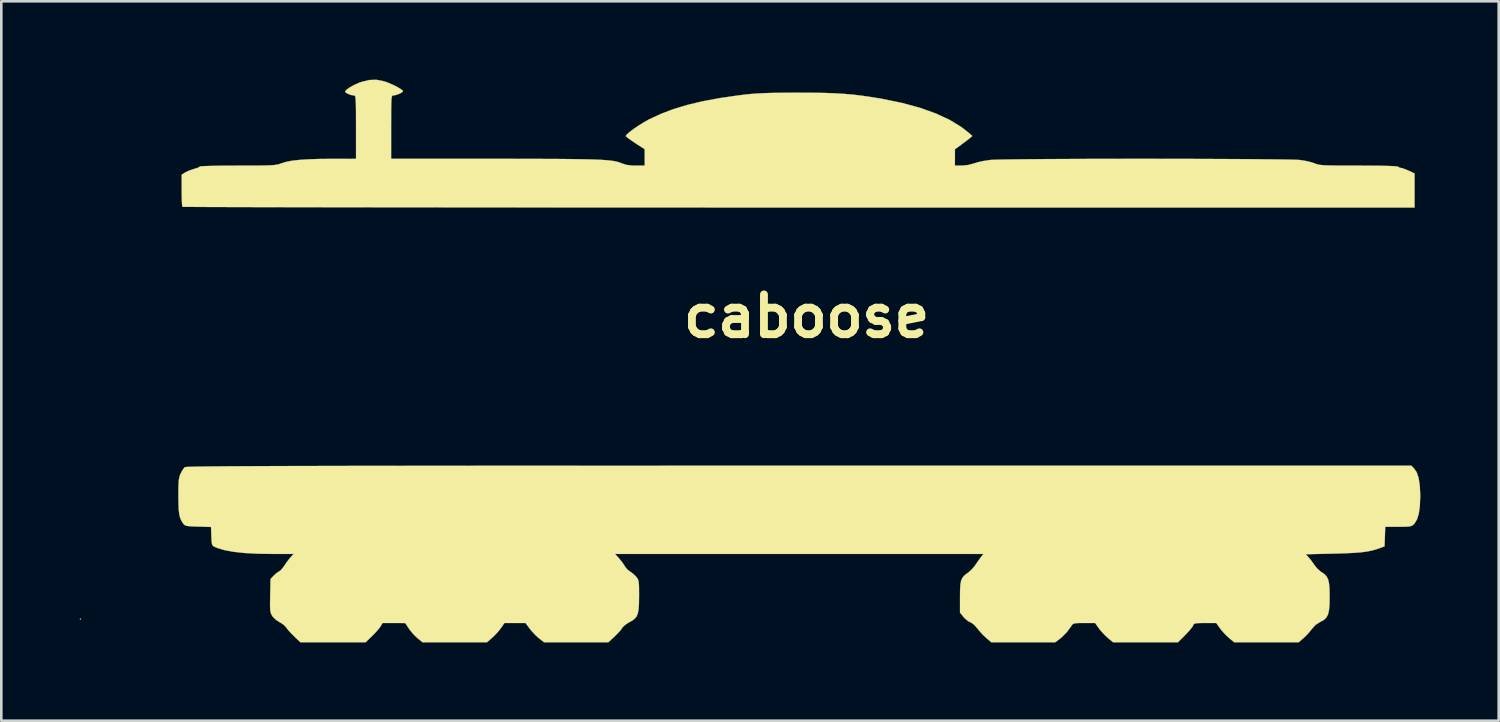
<source format=kicad_pcb>
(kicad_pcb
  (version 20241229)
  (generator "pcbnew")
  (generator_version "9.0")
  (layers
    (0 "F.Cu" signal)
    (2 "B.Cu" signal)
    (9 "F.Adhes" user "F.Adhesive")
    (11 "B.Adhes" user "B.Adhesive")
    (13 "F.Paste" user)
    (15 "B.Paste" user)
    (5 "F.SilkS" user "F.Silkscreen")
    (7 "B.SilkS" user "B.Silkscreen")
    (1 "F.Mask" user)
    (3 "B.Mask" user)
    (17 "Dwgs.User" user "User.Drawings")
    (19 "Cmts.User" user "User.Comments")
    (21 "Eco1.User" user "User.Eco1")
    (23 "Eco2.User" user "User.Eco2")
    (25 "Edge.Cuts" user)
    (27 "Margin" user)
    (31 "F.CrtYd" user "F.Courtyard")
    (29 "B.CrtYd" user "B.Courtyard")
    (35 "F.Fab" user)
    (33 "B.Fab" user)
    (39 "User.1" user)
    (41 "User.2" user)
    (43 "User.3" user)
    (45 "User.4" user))
  (footprint "caboose"
    (layer "F.Cu")
    (at 27.832 9.056)
    (property "Reference" "caboose" (at 0 0 0) (layer "F.SilkS") (effects (font (size 1.524 1.524) (thickness 0.3))))
    (attr through_hole)
    (fp_poly (pts (xy -27.784 11.595) (xy -27.806 11.616) (xy -27.827 11.595) (xy -27.806 11.573) (xy -27.784 11.595)) (stroke (width 0.01) (type solid)) (fill yes) (layer "F.SilkS"))
    (fp_poly (pts (xy -16.181 -8.995) (xy -16.165 -8.99) (xy -16.016 -8.937) (xy -15.849 -8.864) (xy -15.686 -8.783) (xy -15.551 -8.704) (xy -15.465 -8.641) (xy -15.452 -8.624) (xy -15.471 -8.586) (xy -15.548 -8.538) (xy -15.654 -8.492) (xy -15.764 -8.46) (xy -15.826 -8.452) (xy -15.85 -8.448) (xy -15.869 -8.431) (xy -15.883 -8.39) (xy -15.893 -8.317) (xy -15.9 -8.202) (xy -15.904 -8.035) (xy -15.907 -7.807) (xy -15.907 -7.509) (xy -15.908 -7.239) (xy -15.908 -6.025) (xy -11.951 -6.025) (xy -11.223 -6.025) (xy -10.576 -6.024) (xy -10.005 -6.022) (xy -9.505 -6.02) (xy -9.07 -6.016) (xy -8.695 -6.011) (xy -8.374 -6.005) (xy -8.103 -5.997) (xy -7.876 -5.987) (xy -7.687 -5.974) (xy -7.531 -5.96) (xy -7.404 -5.943) (xy -7.298 -5.923) (xy -7.21 -5.901) (xy -7.134 -5.875) (xy -7.071 -5.849) (xy -6.899 -5.794) (xy -6.686 -5.768) (xy -6.54 -5.765) (xy -6.198 -5.765) (xy -6.2 -6.393) (xy -6.567 -6.632) (xy -6.719 -6.735) (xy -6.839 -6.822) (xy -6.91 -6.882) (xy -6.924 -6.902) (xy -6.875 -6.966) (xy -6.766 -7.061) (xy -6.613 -7.175) (xy -6.433 -7.298) (xy -6.241 -7.418) (xy -6.054 -7.523) (xy -6.025 -7.539) (xy -5.578 -7.746) (xy -5.095 -7.929) (xy -4.565 -8.089) (xy -3.98 -8.228) (xy -3.33 -8.349) (xy -2.607 -8.454) (xy -2.384 -8.482) (xy -2.161 -8.505) (xy -1.924 -8.524) (xy -1.659 -8.538) (xy -1.353 -8.548) (xy -0.995 -8.554) (xy -0.569 -8.557) (xy -0.303 -8.557) (xy 0.22 -8.555) (xy 0.673 -8.548) (xy 1.073 -8.534) (xy 1.438 -8.512) (xy 1.783 -8.482) (xy 2.125 -8.441) (xy 2.482 -8.389) (xy 2.87 -8.325) (xy 2.904 -8.319) (xy 3.658 -8.164) (xy 4.339 -7.979) (xy 4.944 -7.763) (xy 5.473 -7.518) (xy 5.923 -7.244) (xy 6.197 -7.03) (xy 6.346 -6.899) (xy 6.24 -6.81) (xy 6.147 -6.737) (xy 6.016 -6.638) (xy 5.907 -6.558) (xy 5.68 -6.393) (xy 5.679 -6.079) (xy 5.678 -5.765) (xy 5.937 -5.765) (xy 6.187 -5.789) (xy 6.417 -5.852) (xy 6.565 -5.898) (xy 6.763 -5.941) (xy 6.976 -5.974) (xy 7.036 -5.982) (xy 7.141 -5.988) (xy 7.326 -5.994) (xy 7.584 -5.999) (xy 7.908 -6.004) (xy 8.293 -6.008) (xy 8.731 -6.012) (xy 9.216 -6.016) (xy 9.742 -6.018) (xy 10.303 -6.021) (xy 10.891 -6.023) (xy 11.501 -6.024) (xy 12.126 -6.025) (xy 12.759 -6.025) (xy 13.395 -6.025) (xy 14.026 -6.024) (xy 14.646 -6.023) (xy 15.249 -6.021) (xy 15.828 -6.019) (xy 16.378 -6.016) (xy 16.89 -6.013) (xy 17.359 -6.009) (xy 17.779 -6.005) (xy 18.143 -6.001) (xy 18.444 -5.996) (xy 18.677 -5.99) (xy 18.834 -5.984) (xy 18.899 -5.979) (xy 19.098 -5.947) (xy 19.289 -5.903) (xy 19.436 -5.857) (xy 19.456 -5.849) (xy 19.513 -5.826) (xy 19.575 -5.808) (xy 19.654 -5.794) (xy 19.758 -5.783) (xy 19.897 -5.775) (xy 20.081 -5.77) (xy 20.319 -5.767) (xy 20.622 -5.765) (xy 20.999 -5.765) (xy 21.133 -5.765) (xy 21.567 -5.764) (xy 21.933 -5.76) (xy 22.227 -5.754) (xy 22.447 -5.746) (xy 22.588 -5.735) (xy 22.647 -5.723) (xy 22.648 -5.722) (xy 22.71 -5.683) (xy 22.748 -5.678) (xy 22.826 -5.66) (xy 22.95 -5.614) (xy 23.049 -5.571) (xy 23.276 -5.465) (xy 23.276 -4.161) (xy -0.296 -4.161) (xy -1.722 -4.161) (xy -3.126 -4.161) (xy -4.506 -4.162) (xy -5.859 -4.162) (xy -7.183 -4.162) (xy -8.475 -4.163) (xy -9.734 -4.164) (xy -10.955 -4.164) (xy -12.138 -4.165) (xy -13.279 -4.166) (xy -14.376 -4.167) (xy -15.426 -4.168) (xy -16.428 -4.169) (xy -17.377 -4.17) (xy -18.273 -4.171) (xy -19.112 -4.173) (xy -19.892 -4.174) (xy -20.611 -4.175) (xy -21.265 -4.177) (xy -21.853 -4.178) (xy -22.372 -4.18) (xy -22.819 -4.181) (xy -23.193 -4.183) (xy -23.49 -4.185) (xy -23.708 -4.186) (xy -23.844 -4.188) (xy -23.897 -4.19) (xy -23.897 -4.19) (xy -23.908 -4.242) (xy -23.917 -4.363) (xy -23.923 -4.539) (xy -23.926 -4.751) (xy -23.926 -4.819) (xy -23.926 -5.419) (xy -23.788 -5.504) (xy -23.658 -5.567) (xy -23.498 -5.625) (xy -23.441 -5.641) (xy -23.321 -5.678) (xy -23.246 -5.714) (xy -23.233 -5.73) (xy -23.191 -5.738) (xy -23.073 -5.746) (xy -22.888 -5.752) (xy -22.646 -5.758) (xy -22.358 -5.762) (xy -22.034 -5.764) (xy -21.782 -5.765) (xy -21.386 -5.765) (xy -21.066 -5.766) (xy -20.813 -5.769) (xy -20.616 -5.774) (xy -20.466 -5.781) (xy -20.352 -5.791) (xy -20.264 -5.805) (xy -20.193 -5.823) (xy -20.127 -5.846) (xy -20.11 -5.852) (xy -19.934 -5.907) (xy -19.71 -5.951) (xy -19.429 -5.983) (xy -19.085 -6.006) (xy -18.67 -6.02) (xy -18.176 -6.024) (xy -18.172 -6.024) (xy -17.251 -6.025) (xy -17.251 -7.239) (xy -17.252 -7.596) (xy -17.253 -7.876) (xy -17.256 -8.088) (xy -17.262 -8.241) (xy -17.27 -8.344) (xy -17.281 -8.408) (xy -17.297 -8.441) (xy -17.316 -8.452) (xy -17.324 -8.452) (xy -17.427 -8.467) (xy -17.538 -8.504) (xy -17.629 -8.551) (xy -17.671 -8.594) (xy -17.671 -8.602) (xy -17.615 -8.67) (xy -17.499 -8.754) (xy -17.342 -8.843) (xy -17.166 -8.924) (xy -17.044 -8.969) (xy -16.746 -9.042) (xy -16.47 -9.051) (xy -16.181 -8.995)) (stroke (width 0.01) (type solid)) (fill yes) (layer "F.SilkS"))
    (fp_poly (pts (xy 23.253 5.825) (xy 23.357 5.975) (xy 23.431 6.191) (xy 23.476 6.478) (xy 23.493 6.841) (xy 23.493 6.892) (xy 23.479 7.265) (xy 23.438 7.561) (xy 23.368 7.785) (xy 23.268 7.944) (xy 23.253 7.959) (xy 23.203 8.004) (xy 23.147 8.033) (xy 23.066 8.051) (xy 22.943 8.059) (xy 22.759 8.062) (xy 22.651 8.062) (xy 22.153 8.062) (xy 22.127 8.812) (xy 21.954 8.875) (xy 21.786 8.932) (xy 21.619 8.977) (xy 21.44 9.012) (xy 21.233 9.039) (xy 20.986 9.059) (xy 20.685 9.074) (xy 20.315 9.086) (xy 20.185 9.089) (xy 19.11 9.114) (xy 19.216 9.228) (xy 19.305 9.335) (xy 19.405 9.472) (xy 19.439 9.524) (xy 19.543 9.653) (xy 19.662 9.763) (xy 19.705 9.793) (xy 19.824 9.874) (xy 19.91 9.966) (xy 19.968 10.084) (xy 20.003 10.242) (xy 20.02 10.457) (xy 20.025 10.743) (xy 20.025 10.744) (xy 20.02 11.038) (xy 20 11.259) (xy 19.961 11.422) (xy 19.897 11.54) (xy 19.803 11.629) (xy 19.673 11.7) (xy 19.656 11.708) (xy 19.484 11.82) (xy 19.351 11.966) (xy 19.244 12.101) (xy 19.109 12.245) (xy 19.035 12.314) (xy 18.843 12.483) (xy 16.372 12.483) (xy 16.178 12.324) (xy 16.036 12.192) (xy 15.893 12.033) (xy 15.833 11.956) (xy 15.683 11.746) (xy 15.256 11.746) (xy 15.06 11.748) (xy 14.933 11.754) (xy 14.859 11.769) (xy 14.821 11.795) (xy 14.801 11.837) (xy 14.8 11.839) (xy 14.758 11.91) (xy 14.668 12.021) (xy 14.548 12.153) (xy 14.495 12.207) (xy 14.219 12.483) (xy 11.734 12.483) (xy 11.54 12.324) (xy 11.398 12.192) (xy 11.255 12.033) (xy 11.195 11.956) (xy 11.045 11.746) (xy 10.625 11.746) (xy 10.431 11.747) (xy 10.305 11.754) (xy 10.227 11.769) (xy 10.18 11.799) (xy 10.143 11.848) (xy 10.132 11.866) (xy 9.966 12.092) (xy 9.759 12.3) (xy 9.668 12.373) (xy 9.519 12.483) (xy 7.071 12.483) (xy 6.879 12.321) (xy 6.737 12.185) (xy 6.595 12.026) (xy 6.54 11.957) (xy 6.425 11.825) (xy 6.311 11.737) (xy 6.268 11.718) (xy 6.165 11.662) (xy 6.051 11.563) (xy 6.008 11.515) (xy 5.873 11.348) (xy 5.873 10.749) (xy 5.876 10.478) (xy 5.888 10.277) (xy 5.915 10.13) (xy 5.963 10.02) (xy 6.037 9.93) (xy 6.143 9.845) (xy 6.196 9.808) (xy 6.307 9.711) (xy 6.421 9.581) (xy 6.461 9.526) (xy 6.554 9.39) (xy 6.646 9.262) (xy 6.676 9.222) (xy 6.769 9.102) (xy -7.335 9.102) (xy -7.181 9.273) (xy -7.076 9.4) (xy -6.987 9.527) (xy -6.959 9.576) (xy -6.872 9.69) (xy -6.766 9.772) (xy -6.654 9.85) (xy -6.542 9.956) (xy -6.529 9.971) (xy -6.484 10.028) (xy -6.453 10.083) (xy -6.433 10.155) (xy -6.421 10.259) (xy -6.416 10.411) (xy -6.415 10.628) (xy -6.415 10.72) (xy -6.419 11.011) (xy -6.434 11.229) (xy -6.465 11.39) (xy -6.519 11.509) (xy -6.601 11.6) (xy -6.716 11.677) (xy -6.794 11.719) (xy -6.926 11.802) (xy -7.031 11.895) (xy -7.065 11.942) (xy -7.129 12.03) (xy -7.236 12.149) (xy -7.36 12.271) (xy -7.592 12.483) (xy -10.049 12.483) (xy -10.237 12.34) (xy -10.369 12.223) (xy -10.511 12.073) (xy -10.593 11.972) (xy -10.762 11.746) (xy -11.569 11.746) (xy -11.7 11.937) (xy -11.81 12.076) (xy -11.949 12.226) (xy -12.033 12.305) (xy -12.235 12.483) (xy -14.707 12.483) (xy -14.899 12.326) (xy -15.039 12.192) (xy -15.176 12.031) (xy -15.228 11.958) (xy -15.366 11.748) (xy -15.801 11.747) (xy -16.236 11.746) (xy -16.313 11.878) (xy -16.383 11.972) (xy -16.494 12.099) (xy -16.623 12.233) (xy -16.637 12.246) (xy -16.883 12.483) (xy -19.38 12.483) (xy -19.619 12.258) (xy -19.746 12.13) (xy -19.856 12.009) (xy -19.924 11.919) (xy -19.926 11.915) (xy -20.01 11.823) (xy -20.133 11.738) (xy -20.172 11.718) (xy -20.31 11.63) (xy -20.43 11.514) (xy -20.45 11.486) (xy -20.489 11.423) (xy -20.516 11.359) (xy -20.533 11.279) (xy -20.541 11.167) (xy -20.543 11.005) (xy -20.539 10.777) (xy -20.538 10.698) (xy -20.524 10.061) (xy -20.397 9.929) (xy -20.3 9.84) (xy -20.215 9.781) (xy -20.198 9.774) (xy -20.135 9.727) (xy -20.051 9.629) (xy -19.992 9.545) (xy -19.895 9.404) (xy -19.795 9.274) (xy -19.749 9.221) (xy -19.639 9.102) (xy -20.45 9.102) (xy -21.03 9.092) (xy -21.528 9.065) (xy -21.949 9.019) (xy -22.296 8.954) (xy -22.571 8.871) (xy -22.667 8.829) (xy -22.722 8.797) (xy -22.756 8.751) (xy -22.775 8.671) (xy -22.786 8.537) (xy -22.79 8.423) (xy -22.803 8.069) (xy -23.299 8.055) (xy -23.514 8.048) (xy -23.659 8.038) (xy -23.753 8.023) (xy -23.811 7.998) (xy -23.852 7.959) (xy -23.871 7.934) (xy -23.937 7.83) (xy -23.985 7.721) (xy -24.017 7.589) (xy -24.038 7.419) (xy -24.048 7.195) (xy -24.052 6.9) (xy -24.052 6.892) (xy -24.052 6.625) (xy -24.047 6.428) (xy -24.037 6.284) (xy -24.019 6.177) (xy -23.992 6.088) (xy -23.968 6.029) (xy -23.901 5.903) (xy -23.831 5.806) (xy -23.806 5.781) (xy -23.788 5.777) (xy -23.745 5.773) (xy -23.674 5.769) (xy -23.574 5.765) (xy -23.443 5.762) (xy -23.278 5.759) (xy -23.078 5.756) (xy -22.841 5.753) (xy -22.565 5.75) (xy -22.248 5.747) (xy -21.887 5.745) (xy -21.482 5.743) (xy -21.029 5.741) (xy -20.528 5.739) (xy -19.976 5.737) (xy -19.371 5.735) (xy -18.712 5.734) (xy -17.995 5.732) (xy -17.22 5.731) (xy -16.385 5.73) (xy -15.486 5.729) (xy -14.524 5.728) (xy -13.494 5.727) (xy -12.397 5.726) (xy -11.229 5.725) (xy -9.988 5.725) (xy -8.674 5.724) (xy -7.283 5.724) (xy -5.814 5.724) (xy -4.265 5.723) (xy -2.633 5.723) (xy -0.918 5.723) (xy -0.291 5.723) (xy 23.15 5.722) (xy 23.253 5.825)) (stroke (width 0.01) (type solid)) (fill yes) (layer "F.SilkS")))
  (gr_rect
    (start -3 -3)
    (end 54.33 24.544)
    (stroke (width 0.1) (type default))
    (fill no)
    (layer "Edge.Cuts")))
</source>
